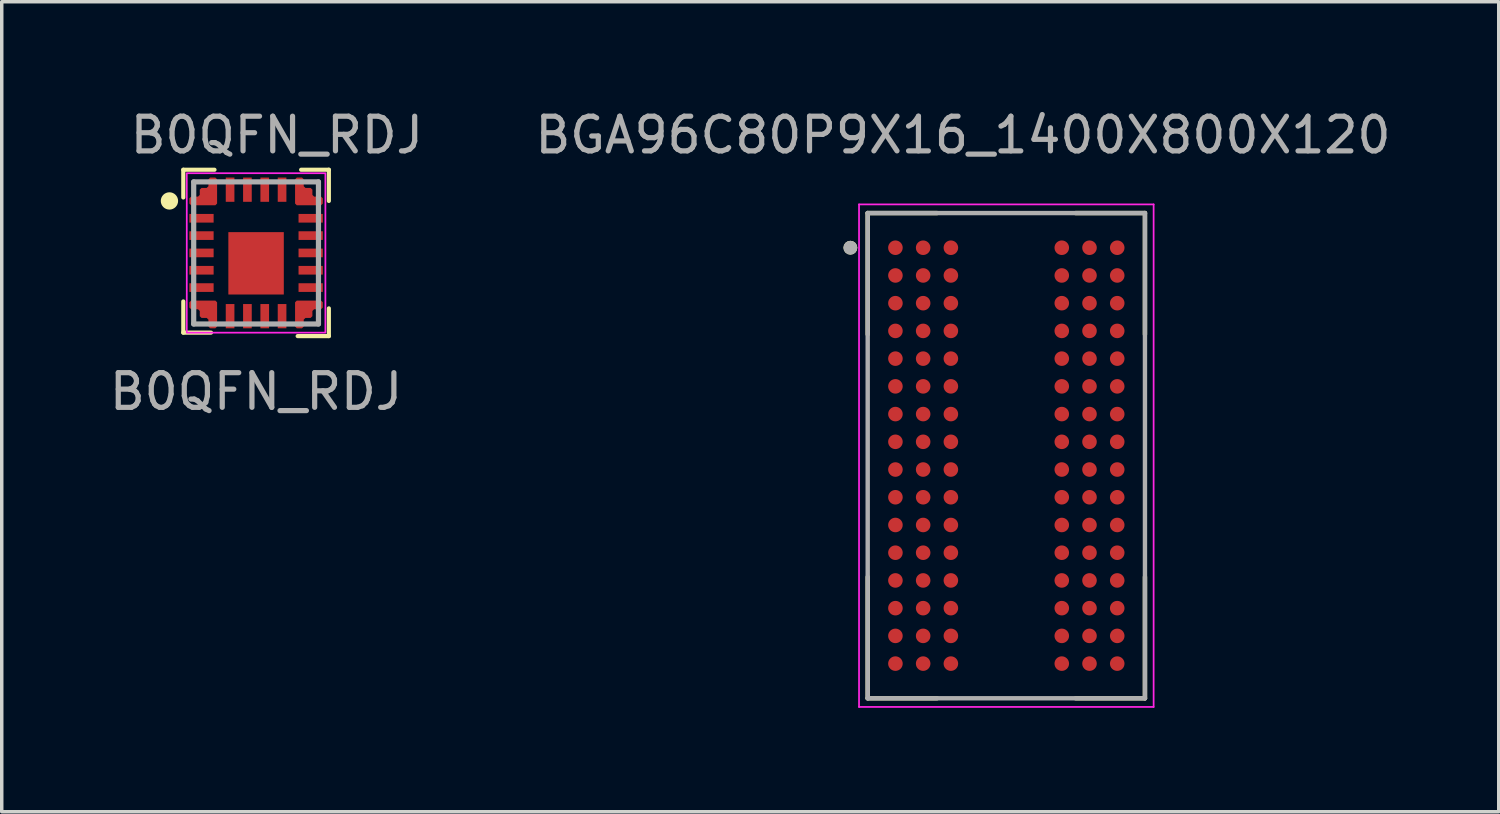
<source format=kicad_pcb>
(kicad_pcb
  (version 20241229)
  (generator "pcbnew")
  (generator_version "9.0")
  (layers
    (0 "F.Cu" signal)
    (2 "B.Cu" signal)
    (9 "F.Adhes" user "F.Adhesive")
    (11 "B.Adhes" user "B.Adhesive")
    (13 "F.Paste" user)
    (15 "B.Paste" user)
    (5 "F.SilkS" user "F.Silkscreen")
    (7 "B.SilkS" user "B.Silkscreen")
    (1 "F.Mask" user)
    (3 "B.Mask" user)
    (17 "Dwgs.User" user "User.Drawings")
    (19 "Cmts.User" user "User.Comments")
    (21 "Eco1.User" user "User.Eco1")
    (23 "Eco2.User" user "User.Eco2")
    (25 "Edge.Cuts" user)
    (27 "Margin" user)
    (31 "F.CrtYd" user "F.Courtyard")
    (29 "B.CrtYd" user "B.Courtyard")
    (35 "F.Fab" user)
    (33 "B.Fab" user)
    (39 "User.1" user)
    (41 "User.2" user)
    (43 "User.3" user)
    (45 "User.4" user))
  (footprint "BGA96C80P9X16_1400X800X120"
    (layer "F.Cu")
    (at 25.987 10.098)
    (property "Reference" "BGA96C80P9X16_1400X800X120" (at -1.25 -9.25 180) (layer "F.Fab") (effects (font (size 1 1) (thickness 0.15))))
    (attr smd)
    (fp_line (start -4 -7) (end -4 -3.5) (stroke (width 0.127) (type solid)) (layer "F.SilkS"))
    (fp_line (start -4 -7) (end -2 -7) (stroke (width 0.127) (type solid)) (layer "F.SilkS"))
    (fp_line (start -4 7) (end -4 3.5) (stroke (width 0.127) (type solid)) (layer "F.SilkS"))
    (fp_line (start -4 7) (end -2 7) (stroke (width 0.127) (type solid)) (layer "F.SilkS"))
    (fp_line (start 4 -7) (end 2 -7) (stroke (width 0.127) (type solid)) (layer "F.SilkS"))
    (fp_line (start 4 -7) (end 4 -3.5) (stroke (width 0.127) (type solid)) (layer "F.SilkS"))
    (fp_line (start 4 7) (end 2 7) (stroke (width 0.127) (type solid)) (layer "F.SilkS"))
    (fp_line (start 4 7) (end 4 3.5) (stroke (width 0.127) (type solid)) (layer "F.SilkS"))
    (fp_circle (center -4.5 -6) (end -4.4 -6) (stroke (width 0.2) (type solid)) (fill no) (layer "F.SilkS"))
    (fp_line (start -4.25 -7.25) (end 4.25 -7.25) (stroke (width 0.05) (type solid)) (layer "F.CrtYd"))
    (fp_line (start -4.25 7.25) (end -4.25 -7.25) (stroke (width 0.05) (type solid)) (layer "F.CrtYd"))
    (fp_line (start -4.25 7.25) (end 4.25 7.25) (stroke (width 0.05) (type solid)) (layer "F.CrtYd"))
    (fp_line (start 4.25 7.25) (end 4.25 -7.25) (stroke (width 0.05) (type solid)) (layer "F.CrtYd"))
    (fp_line (start -4 7) (end -4 -7) (stroke (width 0.127) (type solid)) (layer "F.Fab"))
    (fp_line (start 4 -7) (end -4 -7) (stroke (width 0.127) (type solid)) (layer "F.Fab"))
    (fp_line (start 4 7) (end -4 7) (stroke (width 0.127) (type solid)) (layer "F.Fab"))
    (fp_line (start 4 7) (end 4 -7) (stroke (width 0.127) (type solid)) (layer "F.Fab"))
    (fp_circle (center -4.5 -6) (end -4.4 -6) (stroke (width 0.2) (type solid)) (fill no) (layer "F.Fab"))
    (pad "A1" smd circle (at -3.2 -6) (size 0.42 0.42) (layers "F.Cu" "F.Mask" "F.Paste"))
    (pad "A2" smd circle (at -2.4 -6) (size 0.42 0.42) (layers "F.Cu" "F.Mask" "F.Paste"))
    (pad "A3" smd circle (at -1.6 -6) (size 0.42 0.42) (layers "F.Cu" "F.Mask" "F.Paste"))
    (pad "A7" smd circle (at 1.6 -6) (size 0.42 0.42) (layers "F.Cu" "F.Mask" "F.Paste"))
    (pad "A8" smd circle (at 2.4 -6) (size 0.42 0.42) (layers "F.Cu" "F.Mask" "F.Paste"))
    (pad "A9" smd circle (at 3.2 -6) (size 0.42 0.42) (layers "F.Cu" "F.Mask" "F.Paste"))
    (pad "B1" smd circle (at -3.2 -5.2) (size 0.42 0.42) (layers "F.Cu" "F.Mask" "F.Paste"))
    (pad "B2" smd circle (at -2.4 -5.2) (size 0.42 0.42) (layers "F.Cu" "F.Mask" "F.Paste"))
    (pad "B3" smd circle (at -1.6 -5.2) (size 0.42 0.42) (layers "F.Cu" "F.Mask" "F.Paste"))
    (pad "B7" smd circle (at 1.6 -5.2) (size 0.42 0.42) (layers "F.Cu" "F.Mask" "F.Paste"))
    (pad "B8" smd circle (at 2.4 -5.2) (size 0.42 0.42) (layers "F.Cu" "F.Mask" "F.Paste"))
    (pad "B9" smd circle (at 3.2 -5.2) (size 0.42 0.42) (layers "F.Cu" "F.Mask" "F.Paste"))
    (pad "C1" smd circle (at -3.2 -4.4) (size 0.42 0.42) (layers "F.Cu" "F.Mask" "F.Paste"))
    (pad "C2" smd circle (at -2.4 -4.4) (size 0.42 0.42) (layers "F.Cu" "F.Mask" "F.Paste"))
    (pad "C3" smd circle (at -1.6 -4.4) (size 0.42 0.42) (layers "F.Cu" "F.Mask" "F.Paste"))
    (pad "C7" smd circle (at 1.6 -4.4) (size 0.42 0.42) (layers "F.Cu" "F.Mask" "F.Paste"))
    (pad "C8" smd circle (at 2.4 -4.4) (size 0.42 0.42) (layers "F.Cu" "F.Mask" "F.Paste"))
    (pad "C9" smd circle (at 3.2 -4.4) (size 0.42 0.42) (layers "F.Cu" "F.Mask" "F.Paste"))
    (pad "D1" smd circle (at -3.2 -3.6) (size 0.42 0.42) (layers "F.Cu" "F.Mask" "F.Paste"))
    (pad "D2" smd circle (at -2.4 -3.6) (size 0.42 0.42) (layers "F.Cu" "F.Mask" "F.Paste"))
    (pad "D3" smd circle (at -1.6 -3.6) (size 0.42 0.42) (layers "F.Cu" "F.Mask" "F.Paste"))
    (pad "D7" smd circle (at 1.6 -3.6) (size 0.42 0.42) (layers "F.Cu" "F.Mask" "F.Paste"))
    (pad "D8" smd circle (at 2.4 -3.6) (size 0.42 0.42) (layers "F.Cu" "F.Mask" "F.Paste"))
    (pad "D9" smd circle (at 3.2 -3.6) (size 0.42 0.42) (layers "F.Cu" "F.Mask" "F.Paste"))
    (pad "E1" smd circle (at -3.2 -2.8) (size 0.42 0.42) (layers "F.Cu" "F.Mask" "F.Paste"))
    (pad "E2" smd circle (at -2.4 -2.8) (size 0.42 0.42) (layers "F.Cu" "F.Mask" "F.Paste"))
    (pad "E3" smd circle (at -1.6 -2.8) (size 0.42 0.42) (layers "F.Cu" "F.Mask" "F.Paste"))
    (pad "E7" smd circle (at 1.6 -2.8) (size 0.42 0.42) (layers "F.Cu" "F.Mask" "F.Paste"))
    (pad "E8" smd circle (at 2.4 -2.8) (size 0.42 0.42) (layers "F.Cu" "F.Mask" "F.Paste"))
    (pad "E9" smd circle (at 3.2 -2.8) (size 0.42 0.42) (layers "F.Cu" "F.Mask" "F.Paste"))
    (pad "F1" smd circle (at -3.2 -2) (size 0.42 0.42) (layers "F.Cu" "F.Mask" "F.Paste"))
    (pad "F2" smd circle (at -2.4 -2) (size 0.42 0.42) (layers "F.Cu" "F.Mask" "F.Paste"))
    (pad "F3" smd circle (at -1.6 -2) (size 0.42 0.42) (layers "F.Cu" "F.Mask" "F.Paste"))
    (pad "F7" smd circle (at 1.6 -2) (size 0.42 0.42) (layers "F.Cu" "F.Mask" "F.Paste"))
    (pad "F8" smd circle (at 2.4 -2) (size 0.42 0.42) (layers "F.Cu" "F.Mask" "F.Paste"))
    (pad "F9" smd circle (at 3.2 -2) (size 0.42 0.42) (layers "F.Cu" "F.Mask" "F.Paste"))
    (pad "G1" smd circle (at -3.2 -1.2) (size 0.42 0.42) (layers "F.Cu" "F.Mask" "F.Paste"))
    (pad "G2" smd circle (at -2.4 -1.2) (size 0.42 0.42) (layers "F.Cu" "F.Mask" "F.Paste"))
    (pad "G3" smd circle (at -1.6 -1.2) (size 0.42 0.42) (layers "F.Cu" "F.Mask" "F.Paste"))
    (pad "G7" smd circle (at 1.6 -1.2) (size 0.42 0.42) (layers "F.Cu" "F.Mask" "F.Paste"))
    (pad "G8" smd circle (at 2.4 -1.2) (size 0.42 0.42) (layers "F.Cu" "F.Mask" "F.Paste"))
    (pad "G9" smd circle (at 3.2 -1.2) (size 0.42 0.42) (layers "F.Cu" "F.Mask" "F.Paste"))
    (pad "H1" smd circle (at -3.2 -0.4) (size 0.42 0.42) (layers "F.Cu" "F.Mask" "F.Paste"))
    (pad "H2" smd circle (at -2.4 -0.4) (size 0.42 0.42) (layers "F.Cu" "F.Mask" "F.Paste"))
    (pad "H3" smd circle (at -1.6 -0.4) (size 0.42 0.42) (layers "F.Cu" "F.Mask" "F.Paste"))
    (pad "H7" smd circle (at 1.6 -0.4) (size 0.42 0.42) (layers "F.Cu" "F.Mask" "F.Paste"))
    (pad "H8" smd circle (at 2.4 -0.4) (size 0.42 0.42) (layers "F.Cu" "F.Mask" "F.Paste"))
    (pad "H9" smd circle (at 3.2 -0.4) (size 0.42 0.42) (layers "F.Cu" "F.Mask" "F.Paste"))
    (pad "J1" smd circle (at -3.2 0.4) (size 0.42 0.42) (layers "F.Cu" "F.Mask" "F.Paste"))
    (pad "J2" smd circle (at -2.4 0.4) (size 0.42 0.42) (layers "F.Cu" "F.Mask" "F.Paste"))
    (pad "J3" smd circle (at -1.6 0.4) (size 0.42 0.42) (layers "F.Cu" "F.Mask" "F.Paste"))
    (pad "J7" smd circle (at 1.6 0.4) (size 0.42 0.42) (layers "F.Cu" "F.Mask" "F.Paste"))
    (pad "J8" smd circle (at 2.4 0.4) (size 0.42 0.42) (layers "F.Cu" "F.Mask" "F.Paste"))
    (pad "J9" smd circle (at 3.2 0.4) (size 0.42 0.42) (layers "F.Cu" "F.Mask" "F.Paste"))
    (pad "K1" smd circle (at -3.2 1.2) (size 0.42 0.42) (layers "F.Cu" "F.Mask" "F.Paste"))
    (pad "K2" smd circle (at -2.4 1.2) (size 0.42 0.42) (layers "F.Cu" "F.Mask" "F.Paste"))
    (pad "K3" smd circle (at -1.6 1.2) (size 0.42 0.42) (layers "F.Cu" "F.Mask" "F.Paste"))
    (pad "K7" smd circle (at 1.6 1.2) (size 0.42 0.42) (layers "F.Cu" "F.Mask" "F.Paste"))
    (pad "K8" smd circle (at 2.4 1.2) (size 0.42 0.42) (layers "F.Cu" "F.Mask" "F.Paste"))
    (pad "K9" smd circle (at 3.2 1.2) (size 0.42 0.42) (layers "F.Cu" "F.Mask" "F.Paste"))
    (pad "L1" smd circle (at -3.2 2) (size 0.42 0.42) (layers "F.Cu" "F.Mask" "F.Paste"))
    (pad "L2" smd circle (at -2.4 2) (size 0.42 0.42) (layers "F.Cu" "F.Mask" "F.Paste"))
    (pad "L3" smd circle (at -1.6 2) (size 0.42 0.42) (layers "F.Cu" "F.Mask" "F.Paste"))
    (pad "L7" smd circle (at 1.6 2) (size 0.42 0.42) (layers "F.Cu" "F.Mask" "F.Paste"))
    (pad "L8" smd circle (at 2.4 2) (size 0.42 0.42) (layers "F.Cu" "F.Mask" "F.Paste"))
    (pad "L9" smd circle (at 3.2 2) (size 0.42 0.42) (layers "F.Cu" "F.Mask" "F.Paste"))
    (pad "M1" smd circle (at -3.2 2.8) (size 0.42 0.42) (layers "F.Cu" "F.Mask" "F.Paste"))
    (pad "M2" smd circle (at -2.4 2.8) (size 0.42 0.42) (layers "F.Cu" "F.Mask" "F.Paste"))
    (pad "M3" smd circle (at -1.6 2.8) (size 0.42 0.42) (layers "F.Cu" "F.Mask" "F.Paste"))
    (pad "M7" smd circle (at 1.6 2.8) (size 0.42 0.42) (layers "F.Cu" "F.Mask" "F.Paste"))
    (pad "M8" smd circle (at 2.4 2.8) (size 0.42 0.42) (layers "F.Cu" "F.Mask" "F.Paste"))
    (pad "M9" smd circle (at 3.2 2.8) (size 0.42 0.42) (layers "F.Cu" "F.Mask" "F.Paste"))
    (pad "N1" smd circle (at -3.2 3.6) (size 0.42 0.42) (layers "F.Cu" "F.Mask" "F.Paste"))
    (pad "N2" smd circle (at -2.4 3.6) (size 0.42 0.42) (layers "F.Cu" "F.Mask" "F.Paste"))
    (pad "N3" smd circle (at -1.6 3.6) (size 0.42 0.42) (layers "F.Cu" "F.Mask" "F.Paste"))
    (pad "N7" smd circle (at 1.6 3.6) (size 0.42 0.42) (layers "F.Cu" "F.Mask" "F.Paste"))
    (pad "N8" smd circle (at 2.4 3.6) (size 0.42 0.42) (layers "F.Cu" "F.Mask" "F.Paste"))
    (pad "N9" smd circle (at 3.2 3.6) (size 0.42 0.42) (layers "F.Cu" "F.Mask" "F.Paste"))
    (pad "P1" smd circle (at -3.2 4.4) (size 0.42 0.42) (layers "F.Cu" "F.Mask" "F.Paste"))
    (pad "P2" smd circle (at -2.4 4.4) (size 0.42 0.42) (layers "F.Cu" "F.Mask" "F.Paste"))
    (pad "P3" smd circle (at -1.6 4.4) (size 0.42 0.42) (layers "F.Cu" "F.Mask" "F.Paste"))
    (pad "P7" smd circle (at 1.6 4.4) (size 0.42 0.42) (layers "F.Cu" "F.Mask" "F.Paste"))
    (pad "P8" smd circle (at 2.4 4.4) (size 0.42 0.42) (layers "F.Cu" "F.Mask" "F.Paste"))
    (pad "P9" smd circle (at 3.2 4.4) (size 0.42 0.42) (layers "F.Cu" "F.Mask" "F.Paste"))
    (pad "R1" smd circle (at -3.2 5.2) (size 0.42 0.42) (layers "F.Cu" "F.Mask" "F.Paste"))
    (pad "R2" smd circle (at -2.4 5.2) (size 0.42 0.42) (layers "F.Cu" "F.Mask" "F.Paste"))
    (pad "R3" smd circle (at -1.6 5.2) (size 0.42 0.42) (layers "F.Cu" "F.Mask" "F.Paste"))
    (pad "R7" smd circle (at 1.6 5.2) (size 0.42 0.42) (layers "F.Cu" "F.Mask" "F.Paste"))
    (pad "R8" smd circle (at 2.4 5.2) (size 0.42 0.42) (layers "F.Cu" "F.Mask" "F.Paste"))
    (pad "R9" smd circle (at 3.2 5.2) (size 0.42 0.42) (layers "F.Cu" "F.Mask" "F.Paste"))
    (pad "T1" smd circle (at -3.2 6) (size 0.42 0.42) (layers "F.Cu" "F.Mask" "F.Paste"))
    (pad "T2" smd circle (at -2.4 6) (size 0.42 0.42) (layers "F.Cu" "F.Mask" "F.Paste"))
    (pad "T3" smd circle (at -1.6 6) (size 0.42 0.42) (layers "F.Cu" "F.Mask" "F.Paste"))
    (pad "T7" smd circle (at 1.6 6) (size 0.42 0.42) (layers "F.Cu" "F.Mask" "F.Paste"))
    (pad "T8" smd circle (at 2.4 6) (size 0.42 0.42) (layers "F.Cu" "F.Mask" "F.Paste"))
    (pad "T9" smd circle (at 3.2 6) (size 0.42 0.42) (layers "F.Cu" "F.Mask" "F.Paste")))
  (footprint "B0QFN_RDJ"
    (layer "F.Cu")
    (at 4.339 4.248)
    (property "Reference" "B0QFN_RDJ" (at 0.6 -3.4 0) (unlocked yes) (layer "F.Fab") (effects (font (size 1 1) (thickness 0.15))))
    (attr smd)
    (fp_poly (pts (xy -1.925 1.575) (xy -1.925 1.425) (xy -1.875 1.375) (xy -1.175 1.375) (xy -1.125 1.425) (xy -1.125 2.125) (xy -1.175 2.175) (xy -1.325 2.175) (xy -1.375 2.125) (xy -1.375 1.925) (xy -1.425 1.875) (xy -1.575 1.875) (xy -1.625 1.825) (xy -1.625 1.675) (xy -1.675 1.625) (xy -1.875 1.625)) (stroke (width 0) (type solid)) (fill yes) (layer "F.Mask"))
    (fp_poly (pts (xy 1.925 -1.575) (xy 1.925 -1.425) (xy 1.875 -1.375) (xy 1.175 -1.375) (xy 1.125 -1.425) (xy 1.125 -2.125) (xy 1.175 -2.175) (xy 1.325 -2.175) (xy 1.375 -2.125) (xy 1.375 -1.925) (xy 1.425 -1.875) (xy 1.575 -1.875) (xy 1.625 -1.825) (xy 1.625 -1.675) (xy 1.675 -1.625) (xy 1.875 -1.625)) (stroke (width 0) (type solid)) (fill yes) (layer "F.Mask"))
    (fp_line (start -2.1 -2.4) (end -2.1 -1.6) (stroke (width 0.12) (type default)) (layer "F.SilkS"))
    (fp_line (start -2.1 1.4) (end -2.1 2.3) (stroke (width 0.12) (type default)) (layer "F.SilkS"))
    (fp_line (start -2.1 2.3) (end -1.3 2.3) (stroke (width 0.12) (type default)) (layer "F.SilkS"))
    (fp_line (start -1.2 -2.4) (end -2.1 -2.4) (stroke (width 0.12) (type default)) (layer "F.SilkS"))
    (fp_line (start 1.2 2.4) (end 2.1 2.4) (stroke (width 0.12) (type default)) (layer "F.SilkS"))
    (fp_line (start 2.1 -2.4) (end 1.3 -2.4) (stroke (width 0.12) (type default)) (layer "F.SilkS"))
    (fp_line (start 2.1 -1.5) (end 2.1 -2.4) (stroke (width 0.12) (type default)) (layer "F.SilkS"))
    (fp_line (start 2.1 2.4) (end 2.1 1.6) (stroke (width 0.12) (type default)) (layer "F.SilkS"))
    (fp_circle (center -2.5 -1.5) (end -2.375 -1.5) (stroke (width 0.25) (type solid)) (fill no) (layer "F.SilkS"))
    (fp_poly (pts (xy -1.925 1.575) (xy -1.925 1.425) (xy -1.875 1.375) (xy -1.175 1.375) (xy -1.125 1.425) (xy -1.125 2.125) (xy -1.175 2.175) (xy -1.325 2.175) (xy -1.375 2.125) (xy -1.375 1.925) (xy -1.425 1.875) (xy -1.575 1.875) (xy -1.625 1.825) (xy -1.625 1.675) (xy -1.675 1.625) (xy -1.875 1.625)) (stroke (width 0) (type solid)) (fill yes) (layer "F.Paste"))
    (fp_poly (pts (xy 1.925 -1.575) (xy 1.925 -1.425) (xy 1.875 -1.375) (xy 1.175 -1.375) (xy 1.125 -1.425) (xy 1.125 -2.125) (xy 1.175 -2.175) (xy 1.325 -2.175) (xy 1.375 -2.125) (xy 1.375 -1.925) (xy 1.425 -1.875) (xy 1.575 -1.875) (xy 1.625 -1.825) (xy 1.625 -1.675) (xy 1.675 -1.625) (xy 1.875 -1.625)) (stroke (width 0) (type solid)) (fill yes) (layer "F.Paste"))
    (fp_rect (start -2 -2.3) (end 2 2.3) (stroke (width 0.05) (type default)) (fill no) (layer "F.CrtYd"))
    (fp_line (start -1.8 -2.05) (end 1.8 -2.05) (stroke (width 0.15) (type solid)) (layer "F.Fab"))
    (fp_line (start -1.8 2.05) (end -1.8 -2.05) (stroke (width 0.15) (type solid)) (layer "F.Fab"))
    (fp_line (start -1.8 2.05) (end 1.8 2.05) (stroke (width 0.15) (type solid)) (layer "F.Fab"))
    (fp_line (start 1.8 2.05) (end 1.8 -2.05) (stroke (width 0.15) (type solid)) (layer "F.Fab"))
    (fp_text user "${REFERENCE}" (at 0 4 0) (unlocked yes) (layer "F.Fab") (effects (font (size 1 1) (thickness 0.15))))
    (pad "1" smd custom (at -1.375 -1.625) (size 0.45 0.45) (layers "F.Cu" "F.Mask" "F.Paste") (options (anchor circle)) (primitives (gr_poly (pts (xy -0.55 0.05) (xy -0.5 0) (xy -0.3 0) (xy -0.25 -0.05) (xy -0.25 -0.2) (xy -0.2 -0.25) (xy -0.05 -0.25) (xy 0 -0.3) (xy 0 -0.5) (xy 0.05 -0.55) (xy 0.2 -0.55) (xy 0.25 -0.5) (xy 0.25 0.2) (xy 0.2 0.25) (xy -0.5 0.25) (xy -0.55 0.2)) (width 0) (fill yes))))
    (pad "2" smd rect (at -1.575 -1 90) (size 0.25 0.7) (layers "F.Cu" "F.Mask" "F.Paste"))
    (pad "3" smd rect (at -1.575 -0.5 90) (size 0.25 0.7) (layers "F.Cu" "F.Mask" "F.Paste"))
    (pad "4" smd rect (at -1.575 0 90) (size 0.25 0.7) (layers "F.Cu" "F.Mask" "F.Paste"))
    (pad "5" smd rect (at -1.575 0.5 90) (size 0.25 0.7) (layers "F.Cu" "F.Mask" "F.Paste"))
    (pad "6" smd rect (at -1.575 1 90) (size 0.25 0.7) (layers "F.Cu" "F.Mask" "F.Paste"))
    (pad "7" smd custom (at -1.375 1.625) (size 0.45 0.45) (layers "F.Cu" "F.Mask" "F.Paste") (options (anchor circle)) (primitives (gr_poly (pts (xy -0.55 -0.05) (xy -0.5 0) (xy -0.3 0) (xy -0.25 0.05) (xy -0.25 0.2) (xy -0.2 0.25) (xy -0.05 0.25) (xy 0.000002 0.3) (xy 0 0.5) (xy 0.05 0.55) (xy 0.2 0.55) (xy 0.25 0.5) (xy 0.25 -0.2) (xy 0.2 -0.25) (xy -0.5 -0.25) (xy -0.55 -0.2)) (width 0) (fill yes))))
    (pad "8" smd rect (at -0.75 1.825) (size 0.25 0.7) (layers "F.Cu" "F.Mask" "F.Paste"))
    (pad "9" smd rect (at -0.25 1.825) (size 0.25 0.7) (layers "F.Cu" "F.Mask" "F.Paste"))
    (pad "10" smd rect (at 0.25 1.825) (size 0.25 0.7) (layers "F.Cu" "F.Mask" "F.Paste"))
    (pad "11" smd rect (at 0.75 1.825) (size 0.25 0.7) (layers "F.Cu" "F.Mask" "F.Paste"))
    (pad "12" smd custom (at 1.375 1.625) (size 0.45 0.45) (layers "F.Cu" "F.Mask" "F.Paste") (options (anchor circle)) (primitives (gr_poly (pts (xy 0.55 -0.05) (xy 0.5 0) (xy 0.3 0) (xy 0.25 0.05) (xy 0.25 0.2) (xy 0.2 0.25) (xy 0.05 0.25) (xy 0 0.3) (xy 0.000002 0.5) (xy -0.05 0.55) (xy -0.2 0.55) (xy -0.25 0.5) (xy -0.25 -0.2) (xy -0.2 -0.25) (xy 0.5 -0.25) (xy 0.55 -0.2)) (width 0) (fill yes))))
    (pad "13" smd rect (at 1.575 1 90) (size 0.25 0.7) (layers "F.Cu" "F.Mask" "F.Paste"))
    (pad "14" smd rect (at 1.575 0.5 90) (size 0.25 0.7) (layers "F.Cu" "F.Mask" "F.Paste"))
    (pad "15" smd rect (at 1.575 0 90) (size 0.25 0.7) (layers "F.Cu" "F.Mask" "F.Paste"))
    (pad "16" smd rect (at 1.575 -0.5 90) (size 0.25 0.7) (layers "F.Cu" "F.Mask" "F.Paste"))
    (pad "17" smd rect (at 1.575 -1 90) (size 0.25 0.7) (layers "F.Cu" "F.Mask" "F.Paste"))
    (pad "18" smd custom (at 1.375 -1.625) (size 0.45 0.45) (layers "F.Cu" "F.Mask" "F.Paste") (options (anchor circle)) (primitives (gr_poly (pts (xy 0.55 0.05) (xy 0.5 -0.000003) (xy 0.3 -0.000003) (xy 0.25 -0.05) (xy 0.25 -0.2) (xy 0.2 -0.25) (xy 0.05 -0.25) (xy 0 -0.3) (xy 0.000002 -0.5) (xy -0.05 -0.55) (xy -0.2 -0.55) (xy -0.25 -0.5) (xy -0.25 0.2) (xy -0.2 0.25) (xy 0.5 0.25) (xy 0.55 0.2)) (width 0) (fill yes))))
    (pad "19" smd rect (at 0.75 -1.825) (size 0.25 0.7) (layers "F.Cu" "F.Mask" "F.Paste"))
    (pad "20" smd rect (at 0.25 -1.825) (size 0.25 0.7) (layers "F.Cu" "F.Mask" "F.Paste"))
    (pad "21" smd rect (at -0.25 -1.825) (size 0.25 0.7) (layers "F.Cu" "F.Mask" "F.Paste"))
    (pad "22" smd rect (at -0.75 -1.825) (size 0.25 0.7) (layers "F.Cu" "F.Mask" "F.Paste"))
    (pad "23" smd rect (at 0 0.3) (size 1.6 1.8) (layers "F.Cu" "F.Mask" "F.Paste")))
  (gr_rect
    (start -3 -3)
    (end 40.195 20.373)
    (stroke (width 0.1) (type default))
    (fill no)
    (layer "Edge.Cuts")))
</source>
